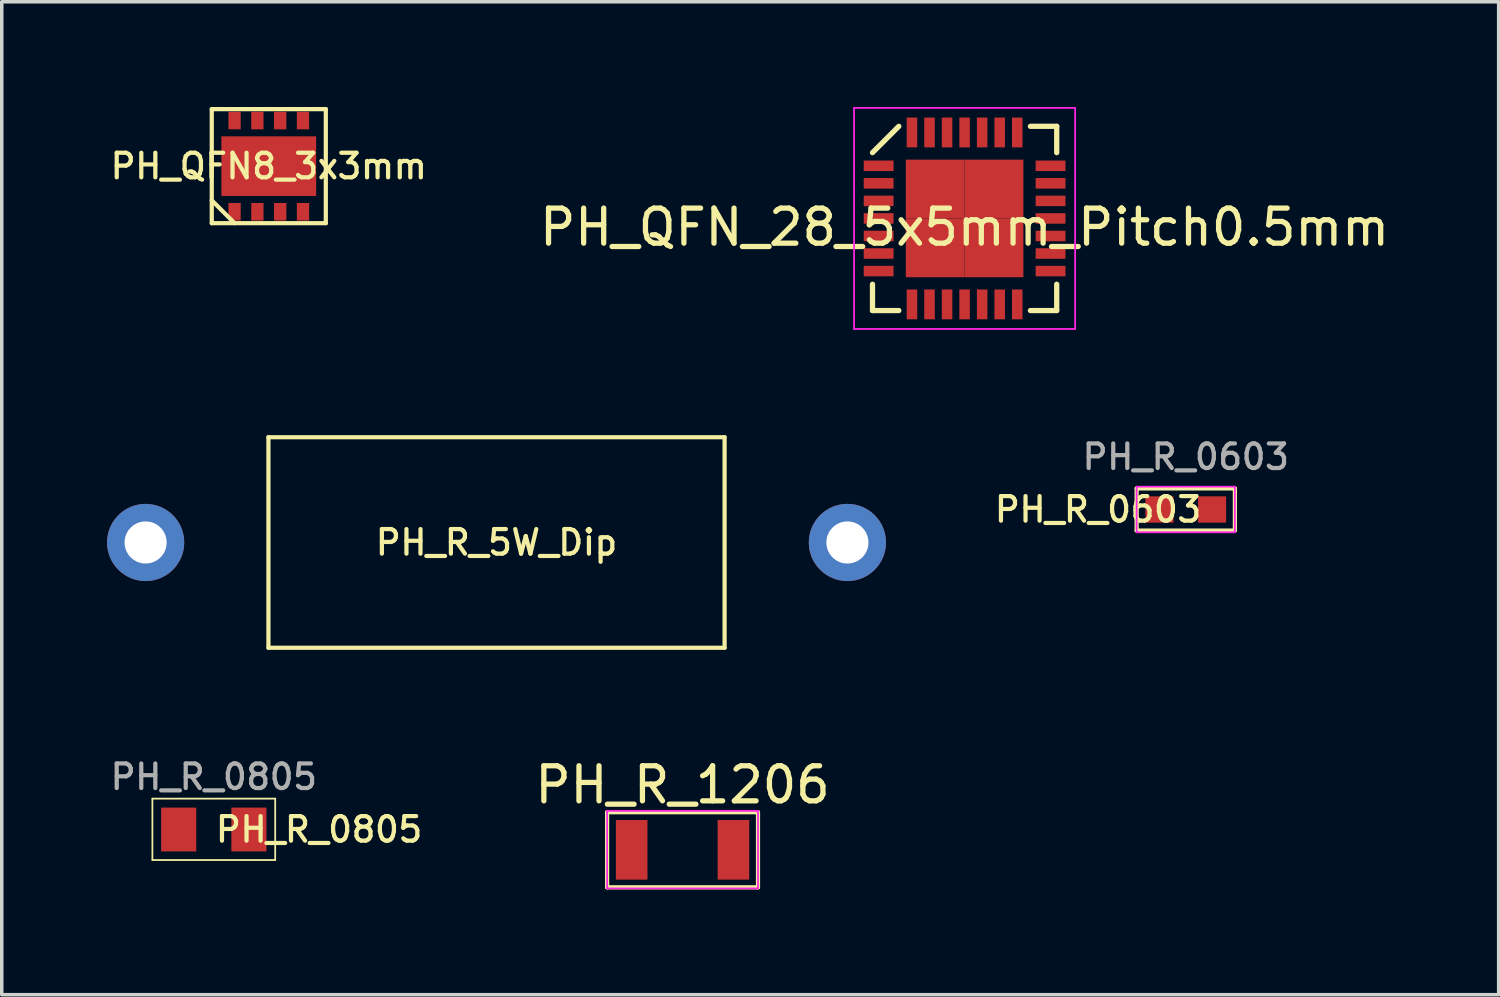
<source format=kicad_pcb>
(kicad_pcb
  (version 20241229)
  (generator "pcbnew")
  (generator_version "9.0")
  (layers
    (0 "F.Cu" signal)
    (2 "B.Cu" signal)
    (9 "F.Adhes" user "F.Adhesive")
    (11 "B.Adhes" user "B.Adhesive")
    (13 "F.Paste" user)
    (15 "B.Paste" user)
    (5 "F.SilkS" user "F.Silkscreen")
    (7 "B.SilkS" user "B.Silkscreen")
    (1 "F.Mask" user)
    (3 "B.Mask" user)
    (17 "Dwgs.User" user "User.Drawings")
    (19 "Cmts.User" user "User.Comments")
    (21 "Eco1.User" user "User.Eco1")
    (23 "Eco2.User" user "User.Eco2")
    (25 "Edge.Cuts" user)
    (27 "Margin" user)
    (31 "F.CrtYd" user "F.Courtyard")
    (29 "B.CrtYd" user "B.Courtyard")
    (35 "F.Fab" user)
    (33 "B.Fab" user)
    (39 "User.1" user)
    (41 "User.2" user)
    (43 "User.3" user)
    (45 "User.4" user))
  (footprint "PH_R_0603"
    (layer "F.Cu")
    (at 30.743 11.47)
    (property "Reference" "PH_R_0603" (at -2.5 0 0) (layer "F.SilkS") (effects (font (size 0.7 0.7) (thickness 0.12))))
    (attr smd)
    (fp_line (start -1.4 -0.6) (end -1.4 0.6) (stroke (width 0.12) (type solid)) (layer "F.SilkS"))
    (fp_line (start -1.4 -0.6) (end 1.4 -0.6) (stroke (width 0.12) (type solid)) (layer "F.SilkS"))
    (fp_line (start 1.4 -0.6) (end 1.4 0.6) (stroke (width 0.12) (type solid)) (layer "F.SilkS"))
    (fp_line (start 1.4 0.6) (end -1.4 0.6) (stroke (width 0.12) (type solid)) (layer "F.SilkS"))
    (fp_line (start -1.4 -0.65) (end -1.4 0.65) (stroke (width 0.05) (type solid)) (layer "F.CrtYd"))
    (fp_line (start -1.4 -0.65) (end 1.4 -0.65) (stroke (width 0.05) (type solid)) (layer "F.CrtYd"))
    (fp_line (start 1.4 0.65) (end -1.4 0.65) (stroke (width 0.05) (type solid)) (layer "F.CrtYd"))
    (fp_line (start 1.4 0.65) (end 1.4 -0.65) (stroke (width 0.05) (type solid)) (layer "F.CrtYd"))
    (fp_text user "${REFERENCE}" (at 0 -1.5 0) (layer "F.Fab") (effects (font (size 0.7 0.7) (thickness 0.12))))
    (pad "1" smd rect (at -0.75 0) (size 0.8 0.75) (layers "F.Cu" "F.Mask" "F.Paste"))
    (pad "2" smd rect (at 0.75 0) (size 0.8 0.75) (layers "F.Cu" "F.Mask" "F.Paste")))
  (footprint "PH_QFN8_3x3mm"
    (layer "F.Cu")
    (at 4.61 1.685)
    (property "Reference" "PH_QFN8_3x3mm" (at 0 0 0) (layer "F.SilkS") (effects (font (size 0.7 0.7) (thickness 0.12))))
    (attr through_hole)
    (fp_line (start -1.625 -1.625) (end 1.625 -1.625) (stroke (width 0.12) (type solid)) (layer "F.SilkS"))
    (fp_line (start -1.625 0.975) (end -0.975 1.625) (stroke (width 0.12) (type solid)) (layer "F.SilkS"))
    (fp_line (start -1.625 1.625) (end -1.625 -1.625) (stroke (width 0.12) (type solid)) (layer "F.SilkS"))
    (fp_line (start 1.625 -1.625) (end 1.625 1.625) (stroke (width 0.12) (type solid)) (layer "F.SilkS"))
    (fp_line (start 1.625 1.625) (end -1.625 1.625) (stroke (width 0.12) (type solid)) (layer "F.SilkS"))
    (pad "1" smd rect (at -0.975 1.3) (size 0.35 0.5) (layers "F.Cu" "F.Mask" "F.Paste"))
    (pad "2" smd rect (at -0.325 1.3) (size 0.35 0.5) (layers "F.Cu" "F.Mask" "F.Paste"))
    (pad "3" smd rect (at 0.325 1.3) (size 0.35 0.5) (layers "F.Cu" "F.Mask" "F.Paste"))
    (pad "4" smd rect (at 0.975 1.3) (size 0.35 0.5) (layers "F.Cu" "F.Mask" "F.Paste"))
    (pad "5" smd rect (at 0.975 -1.3) (size 0.35 0.5) (layers "F.Cu" "F.Mask" "F.Paste"))
    (pad "6" smd rect (at 0.325 -1.3) (size 0.35 0.5) (layers "F.Cu" "F.Mask" "F.Paste"))
    (pad "7" smd rect (at -0.325 -1.3) (size 0.35 0.5) (layers "F.Cu" "F.Mask" "F.Paste"))
    (pad "8" smd rect (at -0.975 -1.3) (size 0.35 0.5) (layers "F.Cu" "F.Mask" "F.Paste"))
    (pad "9" smd rect (at 0 0) (size 2.7 1.7) (layers "F.Cu" "F.Mask" "F.Paste")))
  (footprint "PH_QFN_28_5x5mm_Pitch0.5mm"
    (layer "F.Cu")
    (at 24.44 3.175)
    (property "Reference" "PH_QFN_28_5x5mm_Pitch0.5mm" (at 0 0.25 180) (layer "F.SilkS") (effects (font (size 1 1) (thickness 0.15))))
    (attr smd)
    (fp_line (start -2.625 -1.875) (end -1.875 -2.625) (stroke (width 0.15) (type solid)) (layer "F.SilkS"))
    (fp_line (start -2.625 2.625) (end -2.625 1.875) (stroke (width 0.15) (type solid)) (layer "F.SilkS"))
    (fp_line (start -2.625 2.625) (end -1.875 2.625) (stroke (width 0.15) (type solid)) (layer "F.SilkS"))
    (fp_line (start 2.625 -2.625) (end 1.875 -2.625) (stroke (width 0.15) (type solid)) (layer "F.SilkS"))
    (fp_line (start 2.625 -2.625) (end 2.625 -1.875) (stroke (width 0.15) (type solid)) (layer "F.SilkS"))
    (fp_line (start 2.625 2.625) (end 1.875 2.625) (stroke (width 0.15) (type solid)) (layer "F.SilkS"))
    (fp_line (start 2.625 2.625) (end 2.625 1.875) (stroke (width 0.15) (type solid)) (layer "F.SilkS"))
    (fp_line (start -3.15 -3.15) (end -3.15 3.15) (stroke (width 0.05) (type solid)) (layer "F.CrtYd"))
    (fp_line (start -3.15 -3.15) (end 3.15 -3.15) (stroke (width 0.05) (type solid)) (layer "F.CrtYd"))
    (fp_line (start -3.15 3.15) (end 3.15 3.15) (stroke (width 0.05) (type solid)) (layer "F.CrtYd"))
    (fp_line (start 3.15 -3.15) (end 3.15 3.15) (stroke (width 0.05) (type solid)) (layer "F.CrtYd"))
    (pad "1" smd rect (at -2.45 -1.5) (size 0.85 0.3) (layers "F.Cu" "F.Mask" "F.Paste"))
    (pad "2" smd rect (at -2.45 -1) (size 0.85 0.3) (layers "F.Cu" "F.Mask" "F.Paste"))
    (pad "3" smd rect (at -2.45 -0.5) (size 0.85 0.3) (layers "F.Cu" "F.Mask" "F.Paste"))
    (pad "4" smd rect (at -2.45 0) (size 0.85 0.3) (layers "F.Cu" "F.Mask" "F.Paste"))
    (pad "5" smd rect (at -2.45 0.5) (size 0.85 0.3) (layers "F.Cu" "F.Mask" "F.Paste"))
    (pad "6" smd rect (at -2.45 1) (size 0.85 0.3) (layers "F.Cu" "F.Mask" "F.Paste"))
    (pad "7" smd rect (at -2.45 1.5) (size 0.85 0.3) (layers "F.Cu" "F.Mask" "F.Paste"))
    (pad "8" smd rect (at -1.5 2.45 90) (size 0.85 0.3) (layers "F.Cu" "F.Mask" "F.Paste"))
    (pad "9" smd rect (at -1 2.45 90) (size 0.85 0.3) (layers "F.Cu" "F.Mask" "F.Paste"))
    (pad "10" smd rect (at -0.5 2.45 90) (size 0.85 0.3) (layers "F.Cu" "F.Mask" "F.Paste"))
    (pad "11" smd rect (at 0 2.45 90) (size 0.85 0.3) (layers "F.Cu" "F.Mask" "F.Paste"))
    (pad "12" smd rect (at 0.5 2.45 90) (size 0.85 0.3) (layers "F.Cu" "F.Mask" "F.Paste"))
    (pad "13" smd rect (at 1 2.45 90) (size 0.85 0.3) (layers "F.Cu" "F.Mask" "F.Paste"))
    (pad "14" smd rect (at 1.5 2.45 90) (size 0.85 0.3) (layers "F.Cu" "F.Mask" "F.Paste"))
    (pad "15" smd rect (at 2.45 1.5) (size 0.85 0.3) (layers "F.Cu" "F.Mask" "F.Paste"))
    (pad "16" smd rect (at 2.45 1) (size 0.85 0.3) (layers "F.Cu" "F.Mask" "F.Paste"))
    (pad "17" smd rect (at 2.45 0.5) (size 0.85 0.3) (layers "F.Cu" "F.Mask" "F.Paste"))
    (pad "18" smd rect (at 2.45 0) (size 0.85 0.3) (layers "F.Cu" "F.Mask" "F.Paste"))
    (pad "19" smd rect (at 2.45 -0.5) (size 0.85 0.3) (layers "F.Cu" "F.Mask" "F.Paste"))
    (pad "20" smd rect (at 2.45 -1) (size 0.85 0.3) (layers "F.Cu" "F.Mask" "F.Paste"))
    (pad "21" smd rect (at 2.45 -1.5) (size 0.85 0.3) (layers "F.Cu" "F.Mask" "F.Paste"))
    (pad "22" smd rect (at 1.5 -2.45 90) (size 0.85 0.3) (layers "F.Cu" "F.Mask" "F.Paste"))
    (pad "23" smd rect (at 1 -2.45 90) (size 0.85 0.3) (layers "F.Cu" "F.Mask" "F.Paste"))
    (pad "24" smd rect (at 0.5 -2.45 90) (size 0.85 0.3) (layers "F.Cu" "F.Mask" "F.Paste"))
    (pad "25" smd rect (at 0 -2.45 90) (size 0.85 0.3) (layers "F.Cu" "F.Mask" "F.Paste"))
    (pad "26" smd rect (at -0.5 -2.45 90) (size 0.85 0.3) (layers "F.Cu" "F.Mask" "F.Paste"))
    (pad "27" smd rect (at -1 -2.45 90) (size 0.85 0.3) (layers "F.Cu" "F.Mask" "F.Paste"))
    (pad "28" smd rect (at -1.5 -2.45 90) (size 0.85 0.3) (layers "F.Cu" "F.Mask" "F.Paste"))
    (pad "29" smd rect (at -0.838 -0.838) (size 1.675 1.675) (layers "F.Cu" "F.Mask" "F.Paste"))
    (pad "29" smd rect (at -0.838 0.838) (size 1.675 1.675) (layers "F.Cu" "F.Mask" "F.Paste"))
    (pad "29" smd rect (at 0.838 -0.838) (size 1.675 1.675) (layers "F.Cu" "F.Mask" "F.Paste"))
    (pad "29" smd rect (at 0.838 0.838) (size 1.675 1.675) (layers "F.Cu" "F.Mask" "F.Paste")))
  (footprint "PH_R_1206"
    (layer "F.Cu")
    (at 16.402 21.168)
    (property "Reference" "PH_R_1206" (at 0 -1.85 0) (layer "F.SilkS") (effects (font (size 1 1) (thickness 0.15))))
    (attr smd)
    (fp_line (start -2.15 -1.07) (end -2.15 1.07) (stroke (width 0.12) (type solid)) (layer "F.SilkS"))
    (fp_line (start -2.15 -1.07) (end 2.15 -1.07) (stroke (width 0.12) (type solid)) (layer "F.SilkS"))
    (fp_line (start 2.15 -1.07) (end 2.15 1.07) (stroke (width 0.12) (type solid)) (layer "F.SilkS"))
    (fp_line (start 2.15 1.07) (end -2.15 1.07) (stroke (width 0.12) (type solid)) (layer "F.SilkS"))
    (fp_line (start -2.15 -1.11) (end -2.15 1.1) (stroke (width 0.05) (type solid)) (layer "F.CrtYd"))
    (fp_line (start -2.15 -1.11) (end 2.15 -1.11) (stroke (width 0.05) (type solid)) (layer "F.CrtYd"))
    (fp_line (start 2.15 1.1) (end -2.15 1.1) (stroke (width 0.05) (type solid)) (layer "F.CrtYd"))
    (fp_line (start 2.15 1.1) (end 2.15 -1.11) (stroke (width 0.05) (type solid)) (layer "F.CrtYd"))
    (pad "1" smd rect (at -1.45 0) (size 0.9 1.7) (layers "F.Cu" "F.Mask" "F.Paste"))
    (pad "2" smd rect (at 1.45 0) (size 0.9 1.7) (layers "F.Cu" "F.Mask" "F.Paste")))
  (footprint "PH_R_5W_Dip"
    (layer "F.Cu")
    (at 11.1 12.41)
    (property "Reference" "PH_R_5W_Dip" (at 0 0 0) (layer "F.SilkS") (effects (font (size 0.7 0.7) (thickness 0.12))))
    (attr through_hole)
    (fp_line (start -6.5 -3) (end -6.5 3) (stroke (width 0.12) (type solid)) (layer "F.SilkS"))
    (fp_line (start -6.5 -3) (end 6.5 -3) (stroke (width 0.12) (type solid)) (layer "F.SilkS"))
    (fp_line (start -6.5 3) (end 6.5 3) (stroke (width 0.12) (type solid)) (layer "F.SilkS"))
    (fp_line (start 6.5 3) (end 6.5 -3) (stroke (width 0.12) (type solid)) (layer "F.SilkS"))
    (pad "1" thru_hole circle (at -10 0) (size 2.2 2.2) (drill 1.2) (layers "*.Cu" "*.Mask"))
    (pad "2" thru_hole circle (at 10 0) (size 2.2 2.2) (drill 1.2) (layers "*.Cu" "*.Mask")))
  (footprint "PH_R_0805"
    (layer "F.Cu")
    (at 3.043 20.59)
    (property "Reference" "PH_R_0805" (at 3 0 0) (layer "F.SilkS") (effects (font (size 0.7 0.7) (thickness 0.12))))
    (attr smd)
    (fp_line (start -1.75 -0.88) (end -1.75 0.87) (stroke (width 0.05) (type solid)) (layer "F.SilkS"))
    (fp_line (start -1.75 -0.88) (end 1.75 -0.88) (stroke (width 0.05) (type solid)) (layer "F.SilkS"))
    (fp_line (start 1.75 0.87) (end -1.75 0.87) (stroke (width 0.05) (type solid)) (layer "F.SilkS"))
    (fp_line (start 1.75 0.87) (end 1.75 -0.88) (stroke (width 0.05) (type solid)) (layer "F.SilkS"))
    (fp_text user "${REFERENCE}" (at 0 -1.5 0) (layer "F.Fab") (effects (font (size 0.7 0.7) (thickness 0.12))))
    (pad "1" smd rect (at -1 0) (size 1 1.25) (layers "F.Cu" "F.Mask" "F.Paste"))
    (pad "2" smd rect (at 1 0) (size 1 1.25) (layers "F.Cu" "F.Mask" "F.Paste")))
  (gr_rect
    (start -3 -3)
    (end 39.66 25.298)
    (stroke (width 0.1) (type default))
    (fill no)
    (layer "Edge.Cuts")))
</source>
